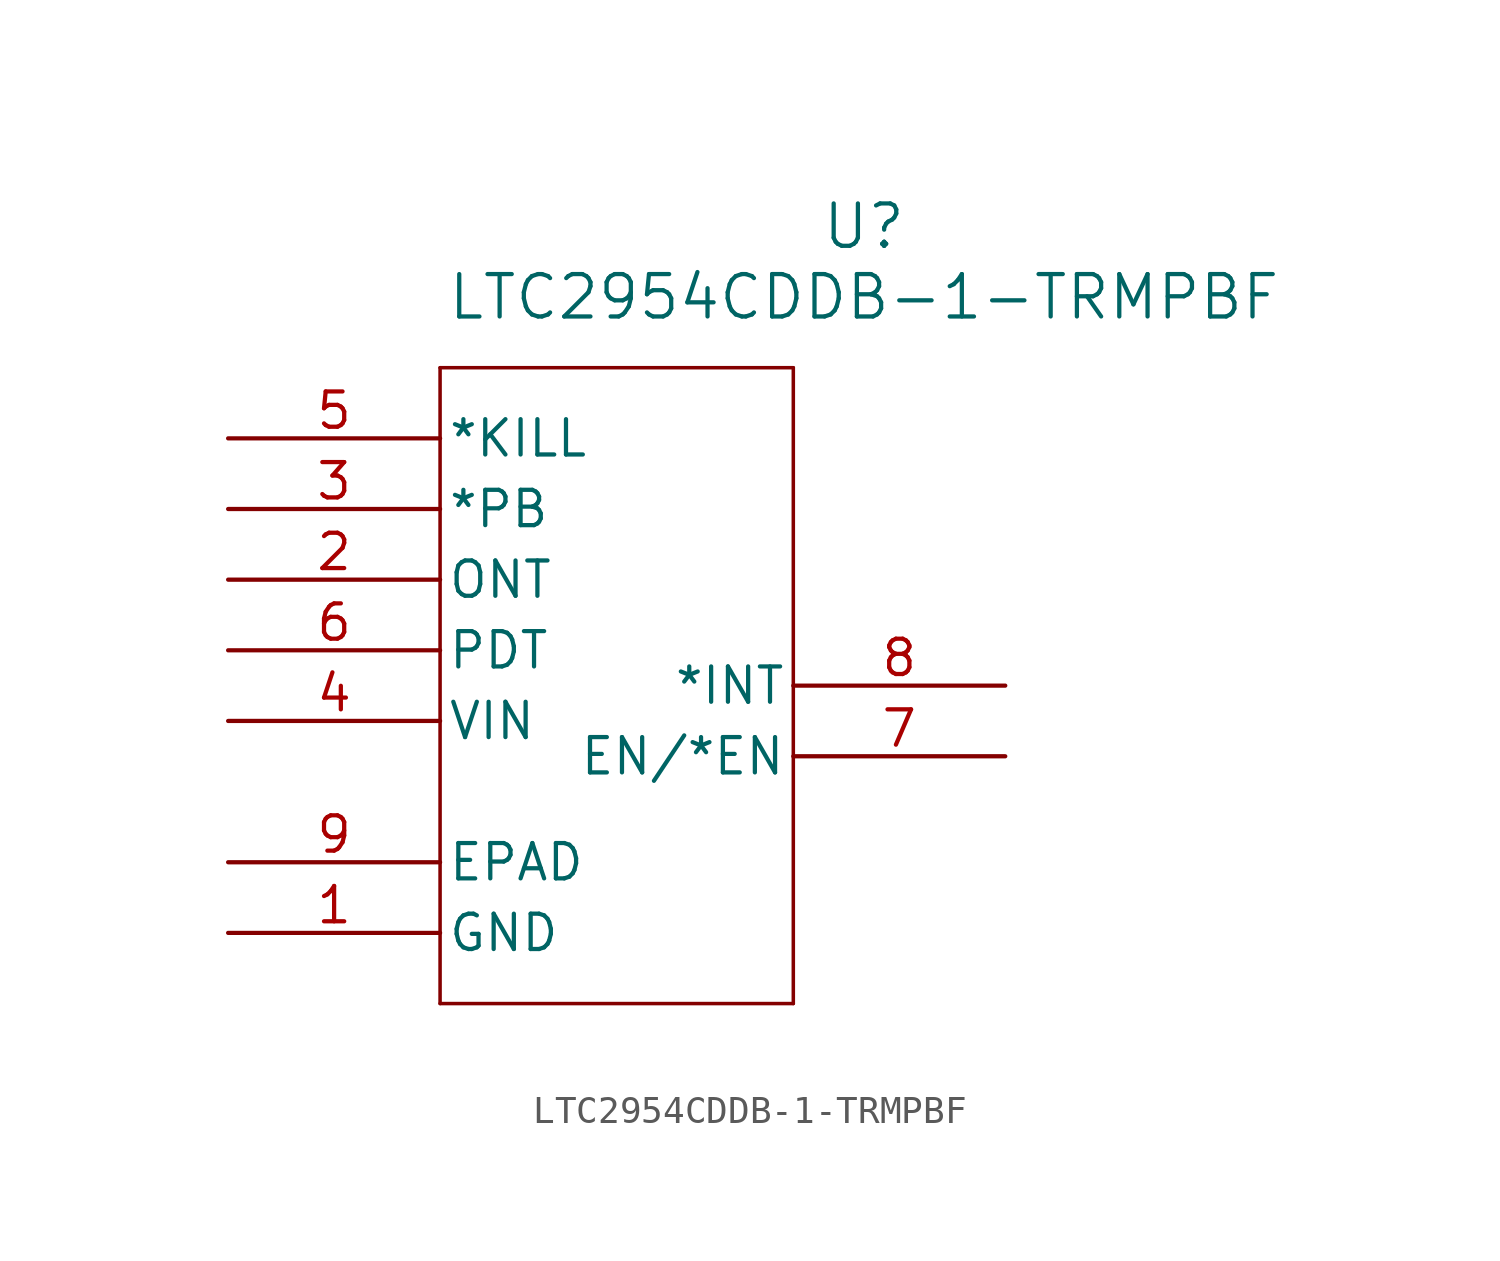
<source format=kicad_sym>
(kicad_symbol_lib
  (version 20231120)
  (generator "kicad_symbol_editor")
  (generator_version "8.0")
  (symbol "LTC2954CDDB-1-TRMPBF"
    (pin_names
      (offset 0.254))
    (property "Reference" "U"
      (at 22.86 10.16 0)
      (effects (font (size 1.524 1.524))))
    (property "Value" "LTC2954CDDB-1-TRMPBF"
      (at 22.86 7.62 0)
      (effects (font (size 1.524 1.524))))
    (property "ki_locked" ""
      (at 0 0 0)
      (effects (font (size 1.27 1.27))))
    (symbol "LTC2954CDDB-1-TRMPBF_0_1"
      (polyline (pts (xy 7.62 -17.78) (xy 20.32 -17.78)) (stroke (width 0.127) (type default)) (fill (type none)))
      (polyline (pts (xy 7.62 5.08) (xy 7.62 -17.78)) (stroke (width 0.127) (type default)) (fill (type none)))
      (polyline (pts (xy 20.32 -17.78) (xy 20.32 5.08)) (stroke (width 0.127) (type default)) (fill (type none)))
      (polyline (pts (xy 20.32 5.08) (xy 7.62 5.08)) (stroke (width 0.127) (type default)) (fill (type none)))
      (pin power_in line (at 0 -15.24 0) (length 7.62) (name "GND" (effects (font (size 1.27 1.27)))) (number "1" (effects (font (size 1.27 1.27)))))
      (pin input line (at 0 -2.54 0) (length 7.62) (name "ONT" (effects (font (size 1.27 1.27)))) (number "2" (effects (font (size 1.27 1.27)))))
      (pin input line (at 0 0 0) (length 7.62) (name "*PB" (effects (font (size 1.27 1.27)))) (number "3" (effects (font (size 1.27 1.27)))))
      (pin input line (at 0 -7.62 0) (length 7.62) (name "VIN" (effects (font (size 1.27 1.27)))) (number "4" (effects (font (size 1.27 1.27)))))
      (pin input line (at 0 2.54 0) (length 7.62) (name "*KILL" (effects (font (size 1.27 1.27)))) (number "5" (effects (font (size 1.27 1.27)))))
      (pin input line (at 0 -5.08 0) (length 7.62) (name "PDT" (effects (font (size 1.27 1.27)))) (number "6" (effects (font (size 1.27 1.27)))))
      (pin output line (at 27.94 -8.89 180) (length 7.62) (name "EN/*EN" (effects (font (size 1.27 1.27)))) (number "7" (effects (font (size 1.27 1.27)))))
      (pin output line (at 27.94 -6.35 180) (length 7.62) (name "*INT" (effects (font (size 1.27 1.27)))) (number "8" (effects (font (size 1.27 1.27)))))
      (pin unspecified line (at 0 -12.7 0) (length 7.62) (name "EPAD" (effects (font (size 1.27 1.27)))) (number "9" (effects (font (size 1.27 1.27))))))))
</source>
